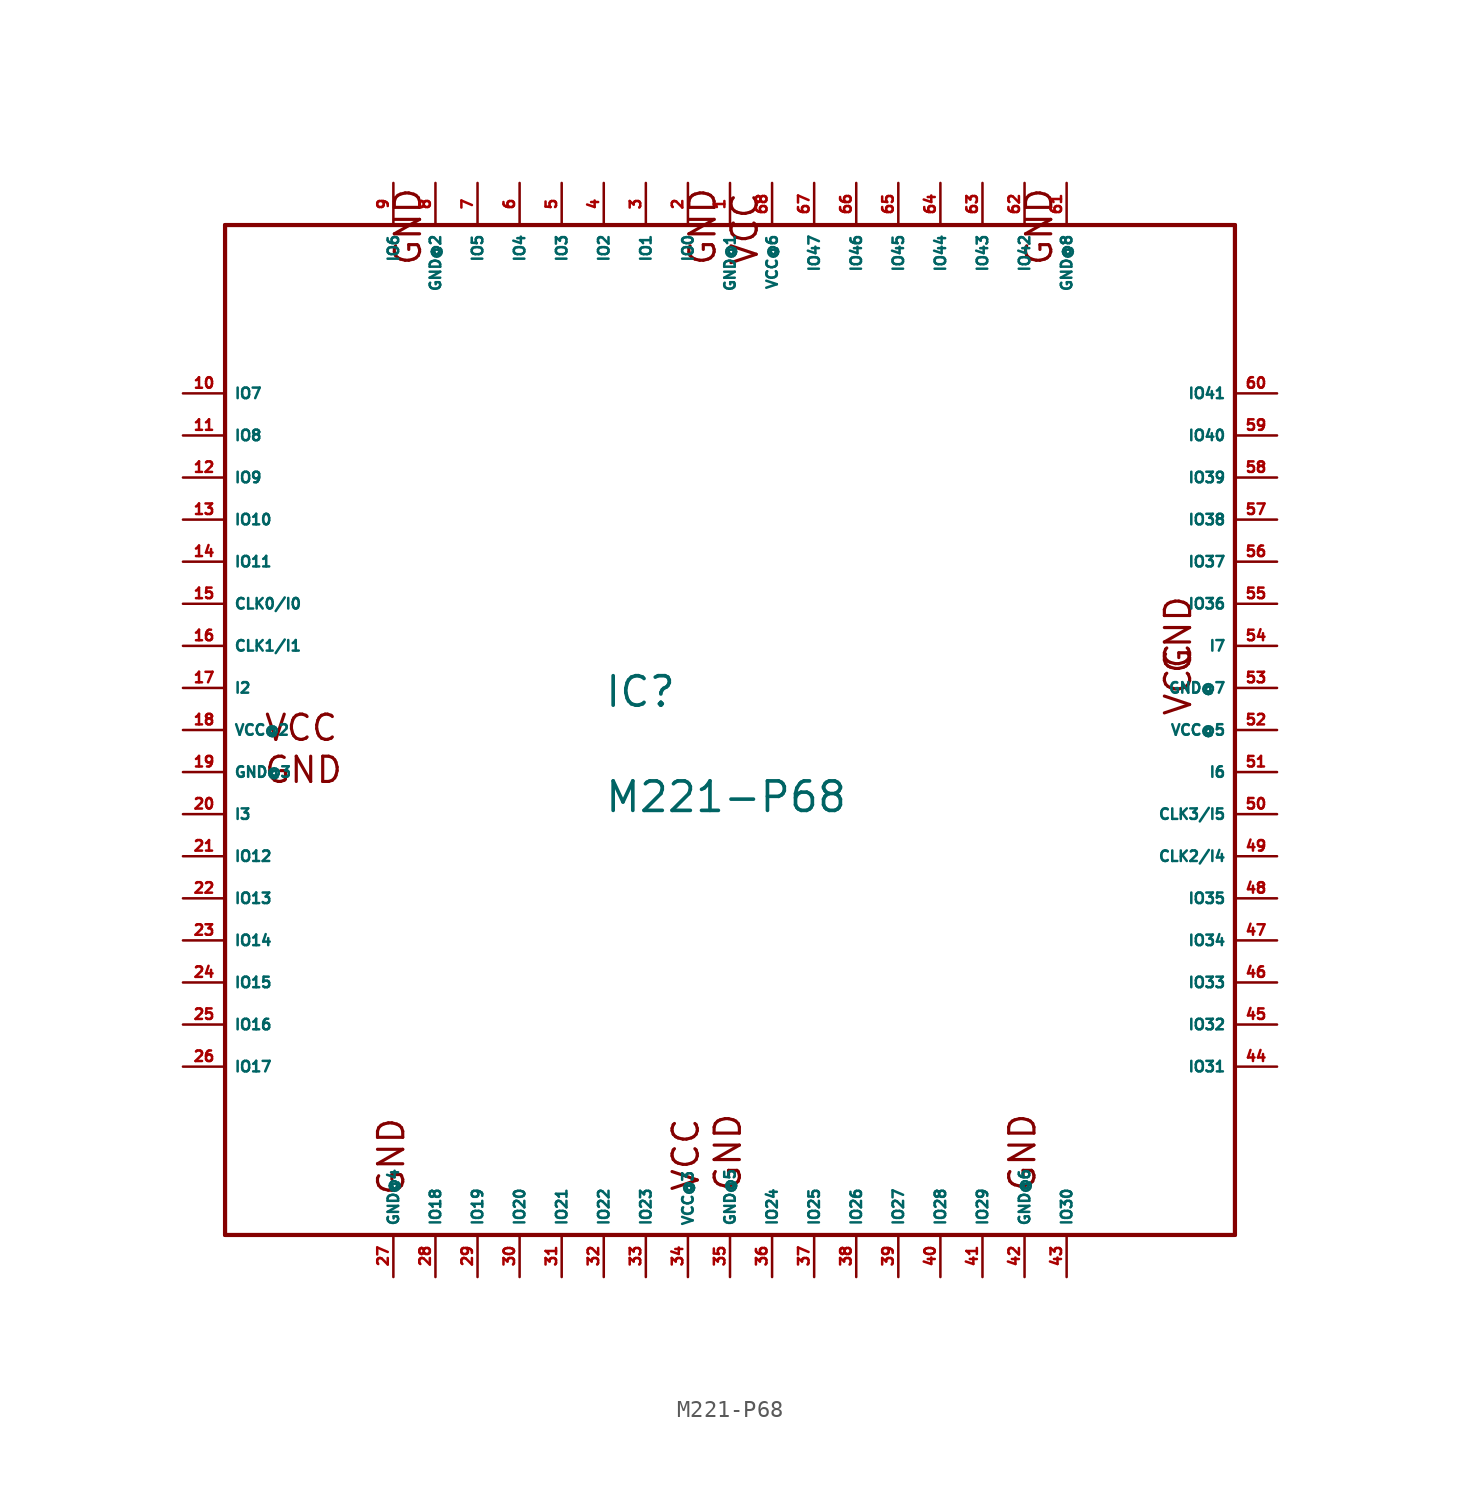
<source format=kicad_sym>
(kicad_symbol_lib
  (version 20220914)
  (generator Eagle2Kicad)
  (symbol "M221-P68"
    (property "Reference" "IC"
      (at -5.08 1.27 0)
      (effects (font (size 1.778 1.778) (thickness 0.22)) (justify left bottom)))
    (property "Value" "M221-P68"
      (at -5.08 -5.08 0)
      (effects (font (size 1.778 1.778) (thickness 0.22)) (justify left bottom)))
    (polyline
      (pts (xy -27.94 30.48) (xy -27.94 -30.48))
      (stroke (width 0.254) (type default))
      (fill (type none)))
    (polyline
      (pts (xy -27.94 -30.48) (xy 33.02 -30.48))
      (stroke (width 0.254) (type default))
      (fill (type none)))
    (polyline
      (pts (xy 33.02 -30.48) (xy 33.02 30.48))
      (stroke (width 0.254) (type default))
      (fill (type none)))
    (polyline
      (pts (xy 33.02 30.48) (xy -27.94 30.48))
      (stroke (width 0.254) (type default))
      (fill (type none)))
    (text "GND"
      (at -25.654 -3.302 0)
      (effects (font (size 1.524 1.524) (thickness 0.19)) (justify left bottom)))
    (text "GND"
      (at -17.018 -28.194 900)
      (effects (font (size 1.524 1.524) (thickness 0.19)) (justify left bottom)))
    (text "GND"
      (at 3.302 -27.94 900)
      (effects (font (size 1.524 1.524) (thickness 0.19)) (justify left bottom)))
    (text "GND"
      (at 21.082 -27.94 900)
      (effects (font (size 1.524 1.524) (thickness 0.19)) (justify left bottom)))
    (text "VCC"
      (at 0.762 -27.94 900)
      (effects (font (size 1.524 1.524) (thickness 0.19)) (justify left bottom)))
    (text "VCC"
      (at -25.654 -0.762 0)
      (effects (font (size 1.524 1.524) (thickness 0.19)) (justify left bottom)))
    (text "GND"
      (at 30.48 3.302 1800)
      (effects (font (size 1.524 1.524) (thickness 0.19)) (justify left bottom)))
    (text "GND"
      (at 22.098 27.94 2700)
      (effects (font (size 1.524 1.524) (thickness 0.19)) (justify left bottom)))
    (text "GND"
      (at 1.778 27.94 2700)
      (effects (font (size 1.524 1.524) (thickness 0.19)) (justify left bottom)))
    (text "VCC"
      (at 30.48 0.762 1800)
      (effects (font (size 1.524 1.524) (thickness 0.19)) (justify left bottom)))
    (text "GND"
      (at -16.002 27.94 2700)
      (effects (font (size 1.524 1.524) (thickness 0.19)) (justify left bottom)))
    (text "VCC"
      (at 4.318 27.94 2700)
      (effects (font (size 1.524 1.524) (thickness 0.19)) (justify left bottom)))
    (pin input line
      (at -30.48 7.62 0)
      (length 2.54)
      (name "CLK0/I0" (effects (font (size 0.635 0.635) (thickness 0.08)) (justify left bottom)))
      (number "15" (effects (font (size 0.635 0.635) (thickness 0.08)) (justify left bottom))))
    (pin input line
      (at -30.48 5.08 0)
      (length 2.54)
      (name "CLK1/I1" (effects (font (size 0.635 0.635) (thickness 0.08)) (justify left bottom)))
      (number "16" (effects (font (size 0.635 0.635) (thickness 0.08)) (justify left bottom))))
    (pin bidirectional line
      (at 0 33.02 270)
      (length 2.54)
      (name "IO0" (effects (font (size 0.635 0.635) (thickness 0.08)) (justify left bottom)))
      (number "2" (effects (font (size 0.635 0.635) (thickness 0.08)) (justify left bottom))))
    (pin bidirectional line
      (at -2.54 33.02 270)
      (length 2.54)
      (name "IO1" (effects (font (size 0.635 0.635) (thickness 0.08)) (justify left bottom)))
      (number "3" (effects (font (size 0.635 0.635) (thickness 0.08)) (justify left bottom))))
    (pin bidirectional line
      (at -5.08 33.02 270)
      (length 2.54)
      (name "IO2" (effects (font (size 0.635 0.635) (thickness 0.08)) (justify left bottom)))
      (number "4" (effects (font (size 0.635 0.635) (thickness 0.08)) (justify left bottom))))
    (pin bidirectional line
      (at -7.62 33.02 270)
      (length 2.54)
      (name "IO3" (effects (font (size 0.635 0.635) (thickness 0.08)) (justify left bottom)))
      (number "5" (effects (font (size 0.635 0.635) (thickness 0.08)) (justify left bottom))))
    (pin bidirectional line
      (at -10.16 33.02 270)
      (length 2.54)
      (name "IO4" (effects (font (size 0.635 0.635) (thickness 0.08)) (justify left bottom)))
      (number "6" (effects (font (size 0.635 0.635) (thickness 0.08)) (justify left bottom))))
    (pin bidirectional line
      (at -12.7 33.02 270)
      (length 2.54)
      (name "IO5" (effects (font (size 0.635 0.635) (thickness 0.08)) (justify left bottom)))
      (number "7" (effects (font (size 0.635 0.635) (thickness 0.08)) (justify left bottom))))
    (pin bidirectional line
      (at -17.78 33.02 270)
      (length 2.54)
      (name "IO6" (effects (font (size 0.635 0.635) (thickness 0.08)) (justify left bottom)))
      (number "9" (effects (font (size 0.635 0.635) (thickness 0.08)) (justify left bottom))))
    (pin bidirectional line
      (at -30.48 20.32 0)
      (length 2.54)
      (name "IO7" (effects (font (size 0.635 0.635) (thickness 0.08)) (justify left bottom)))
      (number "10" (effects (font (size 0.635 0.635) (thickness 0.08)) (justify left bottom))))
    (pin bidirectional line
      (at -30.48 17.78 0)
      (length 2.54)
      (name "IO8" (effects (font (size 0.635 0.635) (thickness 0.08)) (justify left bottom)))
      (number "11" (effects (font (size 0.635 0.635) (thickness 0.08)) (justify left bottom))))
    (pin bidirectional line
      (at -30.48 15.24 0)
      (length 2.54)
      (name "IO9" (effects (font (size 0.635 0.635) (thickness 0.08)) (justify left bottom)))
      (number "12" (effects (font (size 0.635 0.635) (thickness 0.08)) (justify left bottom))))
    (pin bidirectional line
      (at -30.48 12.7 0)
      (length 2.54)
      (name "IO10" (effects (font (size 0.635 0.635) (thickness 0.08)) (justify left bottom)))
      (number "13" (effects (font (size 0.635 0.635) (thickness 0.08)) (justify left bottom))))
    (pin bidirectional line
      (at -30.48 10.16 0)
      (length 2.54)
      (name "IO11" (effects (font (size 0.635 0.635) (thickness 0.08)) (justify left bottom)))
      (number "14" (effects (font (size 0.635 0.635) (thickness 0.08)) (justify left bottom))))
    (pin bidirectional line
      (at -30.48 -7.62 0)
      (length 2.54)
      (name "IO12" (effects (font (size 0.635 0.635) (thickness 0.08)) (justify left bottom)))
      (number "21" (effects (font (size 0.635 0.635) (thickness 0.08)) (justify left bottom))))
    (pin bidirectional line
      (at -30.48 -10.16 0)
      (length 2.54)
      (name "IO13" (effects (font (size 0.635 0.635) (thickness 0.08)) (justify left bottom)))
      (number "22" (effects (font (size 0.635 0.635) (thickness 0.08)) (justify left bottom))))
    (pin bidirectional line
      (at -30.48 -12.7 0)
      (length 2.54)
      (name "IO14" (effects (font (size 0.635 0.635) (thickness 0.08)) (justify left bottom)))
      (number "23" (effects (font (size 0.635 0.635) (thickness 0.08)) (justify left bottom))))
    (pin bidirectional line
      (at -30.48 -15.24 0)
      (length 2.54)
      (name "IO15" (effects (font (size 0.635 0.635) (thickness 0.08)) (justify left bottom)))
      (number "24" (effects (font (size 0.635 0.635) (thickness 0.08)) (justify left bottom))))
    (pin bidirectional line
      (at -30.48 -17.78 0)
      (length 2.54)
      (name "IO16" (effects (font (size 0.635 0.635) (thickness 0.08)) (justify left bottom)))
      (number "25" (effects (font (size 0.635 0.635) (thickness 0.08)) (justify left bottom))))
    (pin bidirectional line
      (at -30.48 -20.32 0)
      (length 2.54)
      (name "IO17" (effects (font (size 0.635 0.635) (thickness 0.08)) (justify left bottom)))
      (number "26" (effects (font (size 0.635 0.635) (thickness 0.08)) (justify left bottom))))
    (pin bidirectional line
      (at -15.24 -33.02 90)
      (length 2.54)
      (name "IO18" (effects (font (size 0.635 0.635) (thickness 0.08)) (justify left bottom)))
      (number "28" (effects (font (size 0.635 0.635) (thickness 0.08)) (justify left bottom))))
    (pin bidirectional line
      (at -12.7 -33.02 90)
      (length 2.54)
      (name "IO19" (effects (font (size 0.635 0.635) (thickness 0.08)) (justify left bottom)))
      (number "29" (effects (font (size 0.635 0.635) (thickness 0.08)) (justify left bottom))))
    (pin bidirectional line
      (at -10.16 -33.02 90)
      (length 2.54)
      (name "IO20" (effects (font (size 0.635 0.635) (thickness 0.08)) (justify left bottom)))
      (number "30" (effects (font (size 0.635 0.635) (thickness 0.08)) (justify left bottom))))
    (pin bidirectional line
      (at -7.62 -33.02 90)
      (length 2.54)
      (name "IO21" (effects (font (size 0.635 0.635) (thickness 0.08)) (justify left bottom)))
      (number "31" (effects (font (size 0.635 0.635) (thickness 0.08)) (justify left bottom))))
    (pin bidirectional line
      (at -5.08 -33.02 90)
      (length 2.54)
      (name "IO22" (effects (font (size 0.635 0.635) (thickness 0.08)) (justify left bottom)))
      (number "32" (effects (font (size 0.635 0.635) (thickness 0.08)) (justify left bottom))))
    (pin bidirectional line
      (at -2.54 -33.02 90)
      (length 2.54)
      (name "IO23" (effects (font (size 0.635 0.635) (thickness 0.08)) (justify left bottom)))
      (number "33" (effects (font (size 0.635 0.635) (thickness 0.08)) (justify left bottom))))
    (pin bidirectional line
      (at 5.08 -33.02 90)
      (length 2.54)
      (name "IO24" (effects (font (size 0.635 0.635) (thickness 0.08)) (justify left bottom)))
      (number "36" (effects (font (size 0.635 0.635) (thickness 0.08)) (justify left bottom))))
    (pin bidirectional line
      (at 7.62 -33.02 90)
      (length 2.54)
      (name "IO25" (effects (font (size 0.635 0.635) (thickness 0.08)) (justify left bottom)))
      (number "37" (effects (font (size 0.635 0.635) (thickness 0.08)) (justify left bottom))))
    (pin bidirectional line
      (at 10.16 -33.02 90)
      (length 2.54)
      (name "IO26" (effects (font (size 0.635 0.635) (thickness 0.08)) (justify left bottom)))
      (number "38" (effects (font (size 0.635 0.635) (thickness 0.08)) (justify left bottom))))
    (pin bidirectional line
      (at 12.7 -33.02 90)
      (length 2.54)
      (name "IO27" (effects (font (size 0.635 0.635) (thickness 0.08)) (justify left bottom)))
      (number "39" (effects (font (size 0.635 0.635) (thickness 0.08)) (justify left bottom))))
    (pin bidirectional line
      (at 15.24 -33.02 90)
      (length 2.54)
      (name "IO28" (effects (font (size 0.635 0.635) (thickness 0.08)) (justify left bottom)))
      (number "40" (effects (font (size 0.635 0.635) (thickness 0.08)) (justify left bottom))))
    (pin bidirectional line
      (at 17.78 -33.02 90)
      (length 2.54)
      (name "IO29" (effects (font (size 0.635 0.635) (thickness 0.08)) (justify left bottom)))
      (number "41" (effects (font (size 0.635 0.635) (thickness 0.08)) (justify left bottom))))
    (pin bidirectional line
      (at 22.86 -33.02 90)
      (length 2.54)
      (name "IO30" (effects (font (size 0.635 0.635) (thickness 0.08)) (justify left bottom)))
      (number "43" (effects (font (size 0.635 0.635) (thickness 0.08)) (justify left bottom))))
    (pin bidirectional line
      (at 35.56 -20.32 180)
      (length 2.54)
      (name "IO31" (effects (font (size 0.635 0.635) (thickness 0.08)) (justify left bottom)))
      (number "44" (effects (font (size 0.635 0.635) (thickness 0.08)) (justify left bottom))))
    (pin unspecified line
      (at 2.54 33.02 270)
      (length 2.54)
      (name "GND@1" (effects (font (size 0.635 0.635) (thickness 0.08)) (justify left bottom)))
      (number "1" (effects (font (size 0.635 0.635) (thickness 0.08)) (justify left bottom))))
    (pin unspecified line
      (at -15.24 33.02 270)
      (length 2.54)
      (name "GND@2" (effects (font (size 0.635 0.635) (thickness 0.08)) (justify left bottom)))
      (number "8" (effects (font (size 0.635 0.635) (thickness 0.08)) (justify left bottom))))
    (pin unspecified line
      (at -30.48 -2.54 0)
      (length 2.54)
      (name "GND@3" (effects (font (size 0.635 0.635) (thickness 0.08)) (justify left bottom)))
      (number "19" (effects (font (size 0.635 0.635) (thickness 0.08)) (justify left bottom))))
    (pin unspecified line
      (at -17.78 -33.02 90)
      (length 2.54)
      (name "GND@4" (effects (font (size 0.635 0.635) (thickness 0.08)) (justify left bottom)))
      (number "27" (effects (font (size 0.635 0.635) (thickness 0.08)) (justify left bottom))))
    (pin unspecified line
      (at -30.48 0 0)
      (length 2.54)
      (name "VCC@2" (effects (font (size 0.635 0.635) (thickness 0.08)) (justify left bottom)))
      (number "18" (effects (font (size 0.635 0.635) (thickness 0.08)) (justify left bottom))))
    (pin input line
      (at -30.48 2.54 0)
      (length 2.54)
      (name "I2" (effects (font (size 0.635 0.635) (thickness 0.08)) (justify left bottom)))
      (number "17" (effects (font (size 0.635 0.635) (thickness 0.08)) (justify left bottom))))
    (pin bidirectional line
      (at 35.56 -17.78 180)
      (length 2.54)
      (name "IO32" (effects (font (size 0.635 0.635) (thickness 0.08)) (justify left bottom)))
      (number "45" (effects (font (size 0.635 0.635) (thickness 0.08)) (justify left bottom))))
    (pin bidirectional line
      (at 35.56 -15.24 180)
      (length 2.54)
      (name "IO33" (effects (font (size 0.635 0.635) (thickness 0.08)) (justify left bottom)))
      (number "46" (effects (font (size 0.635 0.635) (thickness 0.08)) (justify left bottom))))
    (pin bidirectional line
      (at 35.56 -12.7 180)
      (length 2.54)
      (name "IO34" (effects (font (size 0.635 0.635) (thickness 0.08)) (justify left bottom)))
      (number "47" (effects (font (size 0.635 0.635) (thickness 0.08)) (justify left bottom))))
    (pin bidirectional line
      (at 35.56 -10.16 180)
      (length 2.54)
      (name "IO35" (effects (font (size 0.635 0.635) (thickness 0.08)) (justify left bottom)))
      (number "48" (effects (font (size 0.635 0.635) (thickness 0.08)) (justify left bottom))))
    (pin input line
      (at 35.56 -7.62 180)
      (length 2.54)
      (name "CLK2/I4" (effects (font (size 0.635 0.635) (thickness 0.08)) (justify left bottom)))
      (number "49" (effects (font (size 0.635 0.635) (thickness 0.08)) (justify left bottom))))
    (pin unspecified line
      (at 0 -33.02 90)
      (length 2.54)
      (name "VCC@3" (effects (font (size 0.635 0.635) (thickness 0.08)) (justify left bottom)))
      (number "34" (effects (font (size 0.635 0.635) (thickness 0.08)) (justify left bottom))))
    (pin unspecified line
      (at 2.54 -33.02 90)
      (length 2.54)
      (name "GND@5" (effects (font (size 0.635 0.635) (thickness 0.08)) (justify left bottom)))
      (number "35" (effects (font (size 0.635 0.635) (thickness 0.08)) (justify left bottom))))
    (pin input line
      (at 35.56 -5.08 180)
      (length 2.54)
      (name "CLK3/I5" (effects (font (size 0.635 0.635) (thickness 0.08)) (justify left bottom)))
      (number "50" (effects (font (size 0.635 0.635) (thickness 0.08)) (justify left bottom))))
    (pin bidirectional line
      (at 35.56 7.62 180)
      (length 2.54)
      (name "IO36" (effects (font (size 0.635 0.635) (thickness 0.08)) (justify left bottom)))
      (number "55" (effects (font (size 0.635 0.635) (thickness 0.08)) (justify left bottom))))
    (pin bidirectional line
      (at 35.56 10.16 180)
      (length 2.54)
      (name "IO37" (effects (font (size 0.635 0.635) (thickness 0.08)) (justify left bottom)))
      (number "56" (effects (font (size 0.635 0.635) (thickness 0.08)) (justify left bottom))))
    (pin bidirectional line
      (at 35.56 12.7 180)
      (length 2.54)
      (name "IO38" (effects (font (size 0.635 0.635) (thickness 0.08)) (justify left bottom)))
      (number "57" (effects (font (size 0.635 0.635) (thickness 0.08)) (justify left bottom))))
    (pin bidirectional line
      (at 35.56 15.24 180)
      (length 2.54)
      (name "IO39" (effects (font (size 0.635 0.635) (thickness 0.08)) (justify left bottom)))
      (number "58" (effects (font (size 0.635 0.635) (thickness 0.08)) (justify left bottom))))
    (pin bidirectional line
      (at 35.56 17.78 180)
      (length 2.54)
      (name "IO40" (effects (font (size 0.635 0.635) (thickness 0.08)) (justify left bottom)))
      (number "59" (effects (font (size 0.635 0.635) (thickness 0.08)) (justify left bottom))))
    (pin bidirectional line
      (at 35.56 20.32 180)
      (length 2.54)
      (name "IO41" (effects (font (size 0.635 0.635) (thickness 0.08)) (justify left bottom)))
      (number "60" (effects (font (size 0.635 0.635) (thickness 0.08)) (justify left bottom))))
    (pin unspecified line
      (at 20.32 -33.02 90)
      (length 2.54)
      (name "GND@6" (effects (font (size 0.635 0.635) (thickness 0.08)) (justify left bottom)))
      (number "42" (effects (font (size 0.635 0.635) (thickness 0.08)) (justify left bottom))))
    (pin bidirectional line
      (at 20.32 33.02 270)
      (length 2.54)
      (name "IO42" (effects (font (size 0.635 0.635) (thickness 0.08)) (justify left bottom)))
      (number "62" (effects (font (size 0.635 0.635) (thickness 0.08)) (justify left bottom))))
    (pin bidirectional line
      (at 17.78 33.02 270)
      (length 2.54)
      (name "IO43" (effects (font (size 0.635 0.635) (thickness 0.08)) (justify left bottom)))
      (number "63" (effects (font (size 0.635 0.635) (thickness 0.08)) (justify left bottom))))
    (pin bidirectional line
      (at 15.24 33.02 270)
      (length 2.54)
      (name "IO44" (effects (font (size 0.635 0.635) (thickness 0.08)) (justify left bottom)))
      (number "64" (effects (font (size 0.635 0.635) (thickness 0.08)) (justify left bottom))))
    (pin bidirectional line
      (at 12.7 33.02 270)
      (length 2.54)
      (name "IO45" (effects (font (size 0.635 0.635) (thickness 0.08)) (justify left bottom)))
      (number "65" (effects (font (size 0.635 0.635) (thickness 0.08)) (justify left bottom))))
    (pin bidirectional line
      (at 10.16 33.02 270)
      (length 2.54)
      (name "IO46" (effects (font (size 0.635 0.635) (thickness 0.08)) (justify left bottom)))
      (number "66" (effects (font (size 0.635 0.635) (thickness 0.08)) (justify left bottom))))
    (pin bidirectional line
      (at 7.62 33.02 270)
      (length 2.54)
      (name "IO47" (effects (font (size 0.635 0.635) (thickness 0.08)) (justify left bottom)))
      (number "67" (effects (font (size 0.635 0.635) (thickness 0.08)) (justify left bottom))))
    (pin unspecified line
      (at 35.56 2.54 180)
      (length 2.54)
      (name "GND@7" (effects (font (size 0.635 0.635) (thickness 0.08)) (justify left bottom)))
      (number "53" (effects (font (size 0.635 0.635) (thickness 0.08)) (justify left bottom))))
    (pin unspecified line
      (at 22.86 33.02 270)
      (length 2.54)
      (name "GND@8" (effects (font (size 0.635 0.635) (thickness 0.08)) (justify left bottom)))
      (number "61" (effects (font (size 0.635 0.635) (thickness 0.08)) (justify left bottom))))
    (pin unspecified line
      (at 35.56 0 180)
      (length 2.54)
      (name "VCC@5" (effects (font (size 0.635 0.635) (thickness 0.08)) (justify left bottom)))
      (number "52" (effects (font (size 0.635 0.635) (thickness 0.08)) (justify left bottom))))
    (pin unspecified line
      (at 5.08 33.02 270)
      (length 2.54)
      (name "VCC@6" (effects (font (size 0.635 0.635) (thickness 0.08)) (justify left bottom)))
      (number "68" (effects (font (size 0.635 0.635) (thickness 0.08)) (justify left bottom))))
    (pin input line
      (at -30.48 -5.08 0)
      (length 2.54)
      (name "I3" (effects (font (size 0.635 0.635) (thickness 0.08)) (justify left bottom)))
      (number "20" (effects (font (size 0.635 0.635) (thickness 0.08)) (justify left bottom))))
    (pin input line
      (at 35.56 -2.54 180)
      (length 2.54)
      (name "I6" (effects (font (size 0.635 0.635) (thickness 0.08)) (justify left bottom)))
      (number "51" (effects (font (size 0.635 0.635) (thickness 0.08)) (justify left bottom))))
    (pin input line
      (at 35.56 5.08 180)
      (length 2.54)
      (name "I7" (effects (font (size 0.635 0.635) (thickness 0.08)) (justify left bottom)))
      (number "54" (effects (font (size 0.635 0.635) (thickness 0.08)) (justify left bottom))))))
</source>
